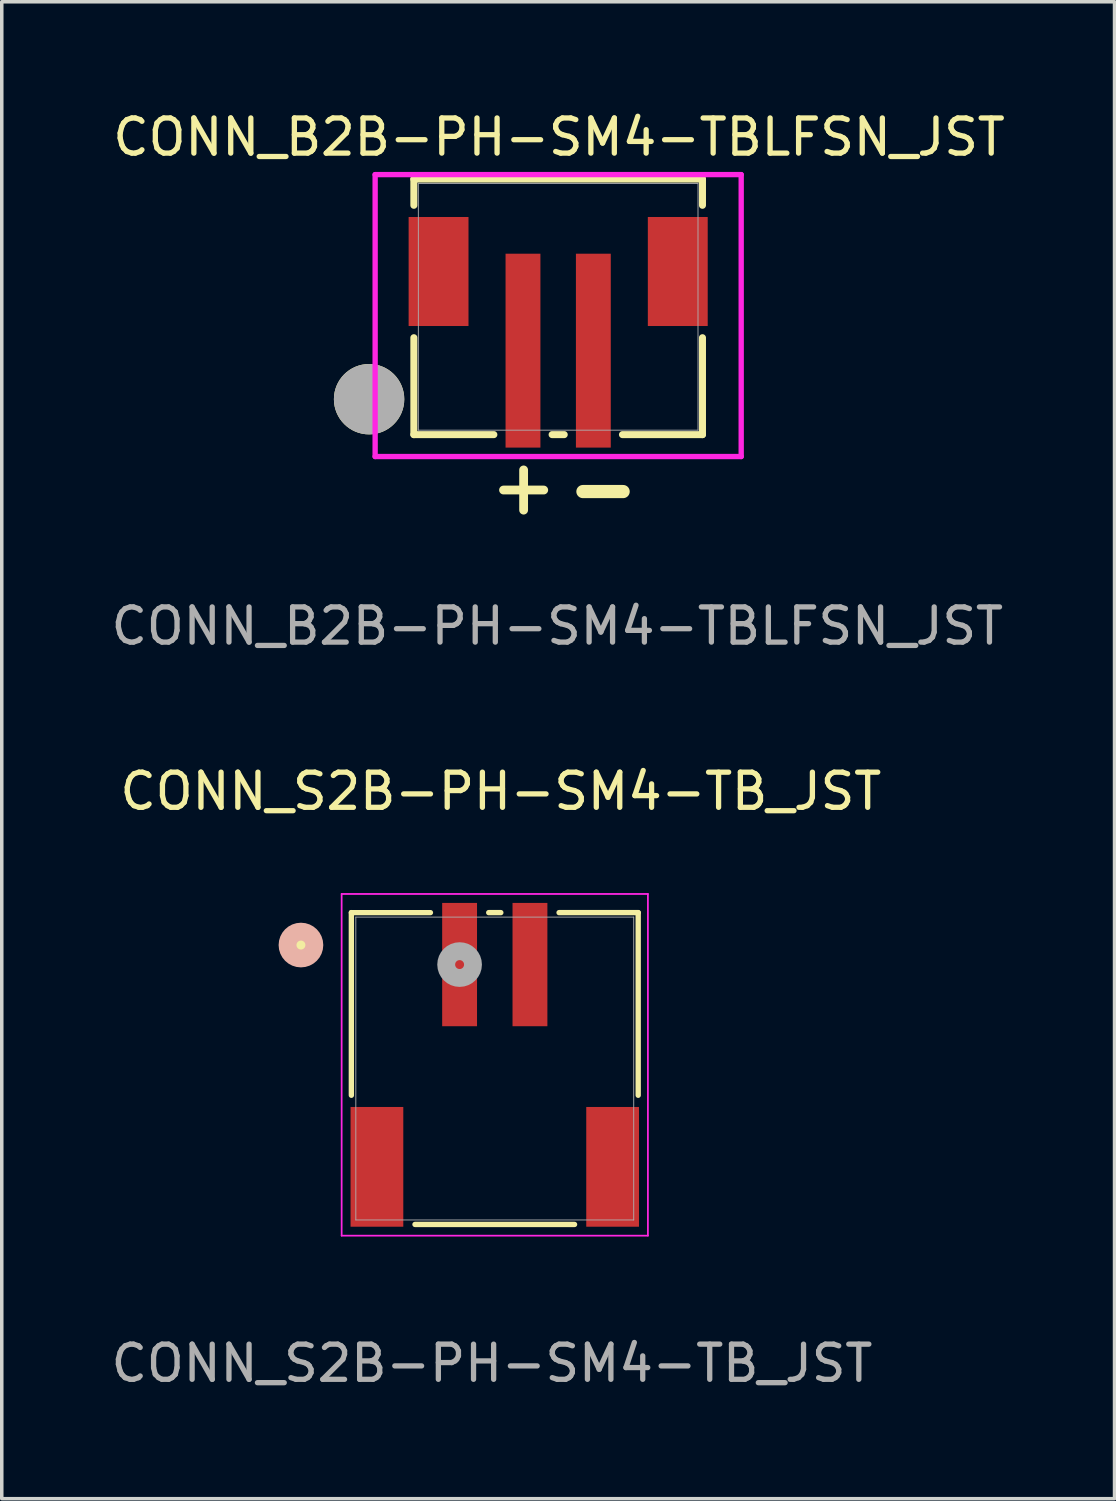
<source format=kicad_pcb>
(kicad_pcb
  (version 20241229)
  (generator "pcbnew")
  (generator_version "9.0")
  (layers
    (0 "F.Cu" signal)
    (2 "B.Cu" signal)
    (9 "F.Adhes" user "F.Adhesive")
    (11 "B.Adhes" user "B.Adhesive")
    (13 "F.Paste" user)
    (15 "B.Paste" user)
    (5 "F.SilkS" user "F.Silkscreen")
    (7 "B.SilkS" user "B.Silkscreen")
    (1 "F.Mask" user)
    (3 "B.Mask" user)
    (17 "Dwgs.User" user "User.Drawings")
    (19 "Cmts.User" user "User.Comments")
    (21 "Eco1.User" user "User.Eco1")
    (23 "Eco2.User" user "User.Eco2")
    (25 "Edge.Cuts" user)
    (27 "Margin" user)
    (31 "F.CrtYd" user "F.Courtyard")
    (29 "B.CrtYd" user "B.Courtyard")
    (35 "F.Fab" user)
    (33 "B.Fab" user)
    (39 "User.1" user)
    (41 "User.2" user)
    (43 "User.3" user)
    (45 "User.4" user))
  (footprint "CONN_B2B-PH-SM4-TBLFSN_JST"
    (layer "F.Cu")
    (at 12.817 5.673)
    (property "Reference" "CONN_B2B-PH-SM4-TBLFSN_JST" (at 0.025 -4.825 0) (unlocked yes) (layer "F.SilkS") (effects (font (size 1 1) (thickness 0.15))))
    (attr smd)
    (fp_line (start -4.102 -3.632) (end -4.102 -2.887) (stroke (width 0.2) (type solid)) (layer "F.SilkS"))
    (fp_line (start -4.102 0.877) (end -4.102 3.632) (stroke (width 0.2) (type solid)) (layer "F.SilkS"))
    (fp_line (start -4.102 3.632) (end -1.828 3.632) (stroke (width 0.2) (type solid)) (layer "F.SilkS"))
    (fp_line (start -0.172 3.632) (end 0.172 3.632) (stroke (width 0.2) (type solid)) (layer "F.SilkS"))
    (fp_line (start 1.828 3.632) (end 4.102 3.632) (stroke (width 0.2) (type solid)) (layer "F.SilkS"))
    (fp_line (start 4.102 -3.632) (end -4.102 -3.632) (stroke (width 0.2) (type solid)) (layer "F.SilkS"))
    (fp_line (start 4.102 -2.887) (end 4.102 -3.632) (stroke (width 0.2) (type solid)) (layer "F.SilkS"))
    (fp_line (start 4.102 3.632) (end 4.102 0.877) (stroke (width 0.2) (type solid)) (layer "F.SilkS"))
    (fp_circle (center -5.375 2.625) (end -4.875 2.625) (stroke (width 1) (type solid)) (fill yes) (layer "F.SilkS"))
    (fp_line (start -5.203 -3.759) (end -5.203 4.255) (stroke (width 0.152) (type solid)) (layer "F.CrtYd"))
    (fp_line (start -5.203 4.255) (end 5.203 4.255) (stroke (width 0.152) (type solid)) (layer "F.CrtYd"))
    (fp_line (start 5.203 -3.759) (end -5.203 -3.759) (stroke (width 0.152) (type solid)) (layer "F.CrtYd"))
    (fp_line (start 5.203 4.255) (end 5.203 -3.759) (stroke (width 0.152) (type solid)) (layer "F.CrtYd"))
    (fp_line (start -3.975 -3.505) (end -3.975 3.505) (stroke (width 0.025) (type solid)) (layer "F.Fab"))
    (fp_line (start -3.975 3.505) (end 3.975 3.505) (stroke (width 0.025) (type solid)) (layer "F.Fab"))
    (fp_line (start 3.975 -3.505) (end -3.975 -3.505) (stroke (width 0.025) (type solid)) (layer "F.Fab"))
    (fp_line (start 3.975 3.505) (end 3.975 -3.505) (stroke (width 0.025) (type solid)) (layer "F.Fab"))
    (fp_circle (center -5.375 2.625) (end -4.875 2.625) (stroke (width 1) (type solid)) (fill no) (layer "F.Fab"))
    (fp_text user "-" (at 0.1 6.025 0) (unlocked yes) (layer "F.SilkS") (effects (font (size 1.5 1.5) (thickness 0.375) (bold yes)) (justify left bottom)))
    (fp_text user "+" (at -2.075 5.975 0) (unlocked yes) (layer "F.SilkS") (effects (font (size 1.5 1.5) (thickness 0.25) (bold yes)) (justify left bottom)))
    (fp_text user "${REFERENCE}" (at -0.025 9.075 0) (unlocked yes) (layer "F.Fab") (effects (font (size 1 1) (thickness 0.15))))
    (pad "1" smd rect (at -1 1.245) (size 0.991 5.512) (layers "F.Cu" "F.Mask" "F.Paste"))
    (pad "2" smd rect (at 1 1.245) (size 0.991 5.512) (layers "F.Cu" "F.Mask" "F.Paste"))
    (pad "3" smd rect (at -3.4 -1.005 90) (size 3.099 1.702) (layers "F.Cu" "F.Mask" "F.Paste"))
    (pad "4" smd rect (at 3.4 -1.005 90) (size 3.099 1.702) (layers "F.Cu" "F.Mask" "F.Paste")))
  (footprint "CONN_S2B-PH-SM4-TB_JST"
    (layer "F.Cu")
    (at 11.015 27.325)
    (property "Reference" "CONN_S2B-PH-SM4-TB_JST" (at 0.172 -7.88 0) (unlocked yes) (layer "F.SilkS") (effects (font (size 1 1) (thickness 0.15))))
    (attr smd)
    (fp_line (start -4.077 -4.432) (end -4.077 0.76) (stroke (width 0.152) (type solid)) (layer "F.SilkS"))
    (fp_line (start -2.268 4.432) (end 2.268 4.432) (stroke (width 0.152) (type solid)) (layer "F.SilkS"))
    (fp_line (start -1.828 -4.432) (end -4.077 -4.432) (stroke (width 0.15) (type solid)) (layer "F.SilkS"))
    (fp_line (start 0.172 -4.432) (end -0.172 -4.432) (stroke (width 0.152) (type solid)) (layer "F.SilkS"))
    (fp_line (start 4.077 -4.432) (end 1.828 -4.432) (stroke (width 0.152) (type solid)) (layer "F.SilkS"))
    (fp_line (start 4.077 0.76) (end 4.077 -4.432) (stroke (width 0.152) (type solid)) (layer "F.SilkS"))
    (fp_circle (center -5.51 -3.51) (end -5.51 -3.51) (stroke (width 0.508) (type solid)) (fill no) (layer "F.SilkS"))
    (fp_circle (center -5.51 -3.51) (end -5.129 -3.51) (stroke (width 0.508) (type solid)) (fill no) (layer "B.SilkS"))
    (fp_line (start -4.353 -4.962) (end -4.353 4.751) (stroke (width 0.05) (type solid)) (layer "F.CrtYd"))
    (fp_line (start -4.353 4.751) (end 4.353 4.751) (stroke (width 0.05) (type solid)) (layer "F.CrtYd"))
    (fp_line (start 4.353 -4.962) (end -4.353 -4.962) (stroke (width 0.05) (type solid)) (layer "F.CrtYd"))
    (fp_line (start 4.353 4.751) (end 4.353 -4.962) (stroke (width 0.05) (type solid)) (layer "F.CrtYd"))
    (fp_line (start -3.95 -4.305) (end -3.95 4.305) (stroke (width 0.025) (type solid)) (layer "F.Fab"))
    (fp_line (start -3.95 4.305) (end 3.95 4.305) (stroke (width 0.025) (type solid)) (layer "F.Fab"))
    (fp_line (start 3.95 -4.305) (end -3.95 -4.305) (stroke (width 0.025) (type solid)) (layer "F.Fab"))
    (fp_line (start 3.95 4.305) (end 3.95 -4.305) (stroke (width 0.025) (type solid)) (layer "F.Fab"))
    (fp_circle (center -1 -2.955) (end -0.619 -2.955) (stroke (width 0.508) (type solid)) (fill no) (layer "F.Fab"))
    (fp_text user "${REFERENCE}" (at -0.08 8.38 0) (unlocked yes) (layer "F.Fab") (effects (font (size 1 1) (thickness 0.15))))
    (pad "1" smd rect (at -1 -2.955) (size 0.991 3.505) (layers "F.Cu" "F.Mask" "F.Paste"))
    (pad "2" smd rect (at 1 -2.955) (size 0.991 3.505) (layers "F.Cu" "F.Mask" "F.Paste"))
    (pad "3" smd rect (at -3.35 2.795) (size 1.499 3.404) (layers "F.Cu" "F.Mask" "F.Paste"))
    (pad "4" smd rect (at 3.35 2.795) (size 1.499 3.404) (layers "F.Cu" "F.Mask" "F.Paste")))
  (gr_rect
    (start -3 -3)
    (end 28.633 39.553)
    (stroke (width 0.1) (type default))
    (fill no)
    (layer "Edge.Cuts")))
</source>
